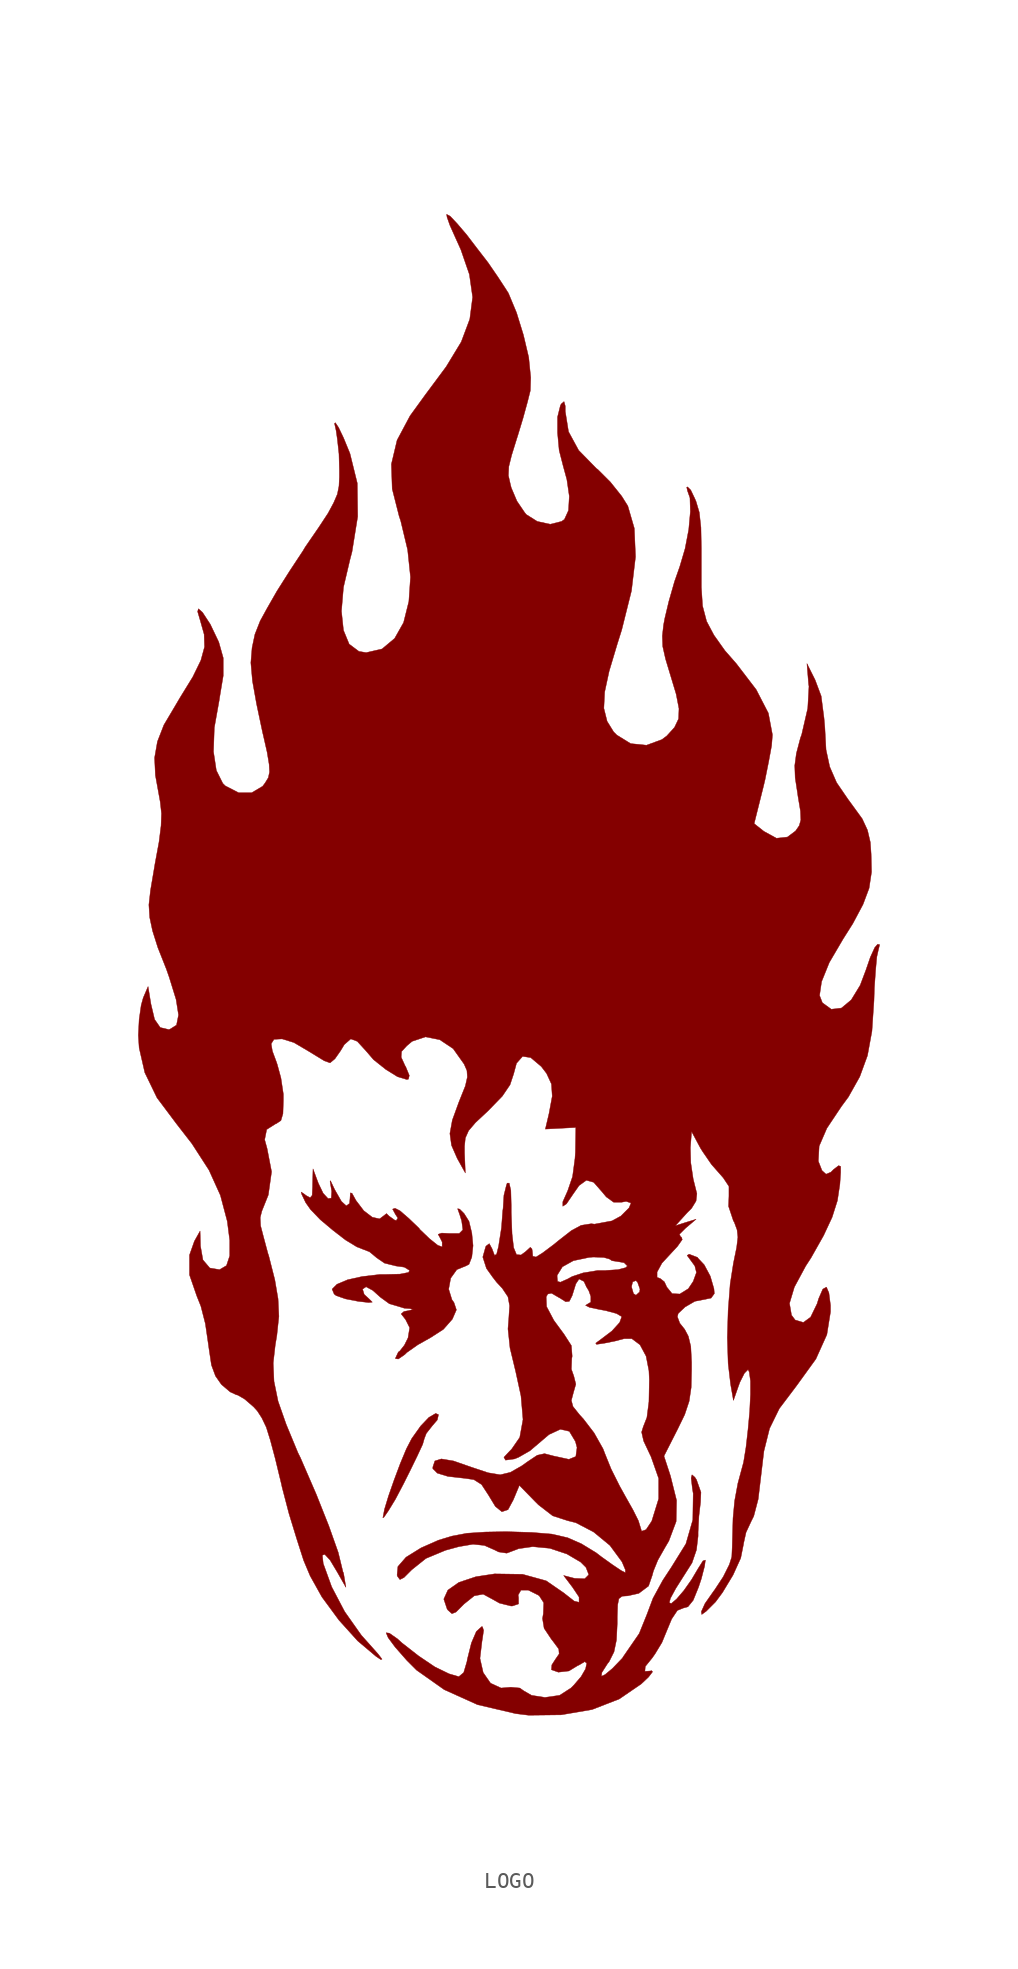
<source format=kicad_sym>
(kicad_symbol_lib
  (version 20211014)
  (generator kicad_symbol_editor)
  (symbol "LOGO"
    (pin_names
      (offset 1.016))
    (property "Reference" "#G"
      (at 0 -46.914 0)
      (effects (font (size 1.524 1.524)) hide))
    (symbol "LOGO_0_0"
      (polyline (pts (xy -7.696 -35.128) (xy -7.417 -34.722) (xy -6.985 -34.011) (xy -6.477 -33.045) (xy -6.071 -32.233) (xy -5.613 -31.293) (xy -5.283 -30.582) (xy -5.182 -30.226) (xy -5.055 -29.896) (xy -4.674 -29.413) (xy -4.369 -29.058) (xy -4.293 -28.727) (xy -4.47 -28.651) (xy -4.902 -28.905) (xy -5.41 -29.439) (xy -5.969 -30.226) (xy -6.299 -30.861) (xy -6.68 -31.775) (xy -7.061 -32.791) (xy -7.417 -33.807) (xy -7.671 -34.646) (xy -7.772 -35.179) (xy -7.696 -35.128)) (stroke (width 0.025) (type default) (color 0 0 0 0)) (fill (type outline)))
      (polyline (pts (xy -6.401 -24.968) (xy -6.274 -24.841) (xy -5.588 -24.359) (xy -4.775 -23.901) (xy -3.988 -23.393) (xy -3.429 -22.758) (xy -3.175 -22.174) (xy -3.327 -21.717) (xy -3.454 -21.539) (xy -3.658 -20.879) (xy -3.531 -20.193) (xy -3.15 -19.66) (xy -2.591 -19.431) (xy -2.388 -19.329) (xy -2.21 -18.872) (xy -2.134 -18.161) (xy -2.21 -17.374) (xy -2.388 -16.637) (xy -2.692 -16.154) (xy -2.972 -15.875) (xy -3.099 -15.85) (xy -2.972 -16.205) (xy -2.845 -16.612) (xy -2.769 -17.17) (xy -2.997 -17.399) (xy -3.607 -17.399) (xy -4.089 -17.374) (xy -4.318 -17.45) (xy -4.191 -17.678) (xy -4.064 -17.932) (xy -4.064 -18.237) (xy -4.343 -18.136) (xy -4.851 -17.729) (xy -5.486 -17.12) (xy -5.486 -17.094) (xy -6.147 -16.459) (xy -6.706 -15.977) (xy -7.01 -15.824) (xy -7.163 -15.875) (xy -6.985 -16.205) (xy -6.833 -16.434) (xy -6.934 -16.586) (xy -7.036 -16.561) (xy -7.391 -16.307) (xy -7.544 -16.154) (xy -7.772 -16.332) (xy -7.976 -16.485) (xy -8.433 -16.383) (xy -8.966 -15.977) (xy -9.449 -15.342) (xy -9.703 -14.884) (xy -9.804 -14.859) (xy -9.83 -15.24) (xy -9.855 -15.519) (xy -10.058 -15.672) (xy -10.363 -15.392) (xy -10.77 -14.681) (xy -10.846 -14.529) (xy -11.049 -14.097) (xy -11.074 -14.148) (xy -10.973 -14.757) (xy -10.998 -15.189) (xy -11.201 -15.215) (xy -11.506 -14.884) (xy -11.811 -14.249) (xy -12.141 -13.36) (xy -12.167 -14.351) (xy -12.167 -14.453) (xy -12.192 -15.011) (xy -12.319 -15.164) (xy -12.598 -15.011) (xy -12.649 -14.961) (xy -12.878 -14.808) (xy -12.852 -14.935) (xy -12.598 -15.469) (xy -12.294 -15.9) (xy -11.684 -16.535) (xy -10.897 -17.196) (xy -10.109 -17.805) (xy -9.398 -18.237) (xy -8.941 -18.415) (xy -8.611 -18.542) (xy -8.153 -18.923) (xy -7.671 -19.253) (xy -6.96 -19.431) (xy -6.426 -19.507) (xy -6.096 -19.71) (xy -6.172 -19.837) (xy -6.706 -19.939) (xy -7.696 -19.964) (xy -7.976 -19.964) (xy -9.068 -20.091) (xy -9.982 -20.295) (xy -10.643 -20.574) (xy -10.947 -20.879) (xy -10.82 -21.184) (xy -10.693 -21.285) (xy -10.109 -21.488) (xy -9.322 -21.641) (xy -8.661 -21.717) (xy -8.433 -21.692) (xy -8.611 -21.514) (xy -8.941 -21.209) (xy -9.042 -20.879) (xy -8.814 -20.726) (xy -8.788 -20.752) (xy -8.407 -20.955) (xy -7.925 -21.387) (xy -7.366 -21.793) (xy -6.426 -22.073) (xy -6.071 -22.098) (xy -5.867 -22.149) (xy -6.172 -22.225) (xy -6.452 -22.276) (xy -6.629 -22.428) (xy -6.35 -22.784) (xy -6.096 -23.292) (xy -6.198 -23.927) (xy -6.426 -24.384) (xy -6.706 -24.74) (xy -6.807 -24.816) (xy -6.985 -25.197) (xy -6.985 -25.222) (xy -6.807 -25.248) (xy -6.401 -24.968)) (stroke (width 0.025) (type default) (color 0 0 0 0)) (fill (type outline)))
      (polyline (pts (xy 14.478 -26.899) (xy 14.554 -26.695) (xy 14.834 -26.137) (xy 15.062 -25.908) (xy 15.138 -26.06) (xy 15.215 -26.619) (xy 15.215 -27.457) (xy 15.164 -28.524) (xy 15.062 -29.642) (xy 14.935 -30.759) (xy 14.783 -31.699) (xy 14.427 -33.02) (xy 14.224 -34.112) (xy 14.122 -35.204) (xy 14.097 -36.093) (xy 14.072 -37.008) (xy 14.046 -37.617) (xy 13.894 -38.1) (xy 13.513 -38.862) (xy 12.979 -39.675) (xy 12.903 -39.776) (xy 12.37 -40.538) (xy 12.141 -41.046) (xy 12.167 -41.224) (xy 12.446 -41.021) (xy 13.03 -40.437) (xy 13.462 -39.853) (xy 14.122 -38.76) (xy 14.605 -37.694) (xy 14.783 -36.805) (xy 14.783 -36.779) (xy 14.935 -36.093) (xy 15.265 -35.382) (xy 15.418 -35.077) (xy 15.697 -34.011) (xy 16.053 -31.013) (xy 16.408 -29.591) (xy 17.018 -28.346) (xy 17.958 -27.102) (xy 18.11 -26.899) (xy 19.304 -25.248) (xy 19.99 -23.724) (xy 20.218 -22.301) (xy 20.218 -21.895) (xy 20.117 -21.107) (xy 19.964 -20.752) (xy 19.736 -20.879) (xy 19.482 -21.463) (xy 19.38 -21.793) (xy 18.974 -22.631) (xy 18.517 -22.962) (xy 18.009 -22.809) (xy 17.78 -22.504) (xy 17.653 -21.768) (xy 17.958 -20.752) (xy 18.669 -19.431) (xy 18.999 -18.923) (xy 19.787 -17.526) (xy 20.32 -16.383) (xy 20.65 -15.342) (xy 20.803 -14.326) (xy 20.853 -13.589) (xy 20.853 -13.208) (xy 20.726 -13.157) (xy 20.422 -13.386) (xy 20.244 -13.564) (xy 19.939 -13.691) (xy 19.685 -13.462) (xy 19.456 -12.878) (xy 19.507 -11.938) (xy 19.99 -10.82) (xy 20.904 -9.449) (xy 21.336 -8.865) (xy 22.047 -7.595) (xy 22.53 -6.274) (xy 22.809 -4.75) (xy 22.936 -2.845) (xy 22.962 -2.032) (xy 23.038 -0.94) (xy 23.114 -0.102) (xy 23.216 0.356) (xy 23.292 0.66) (xy 23.165 0.686) (xy 22.987 0.483) (xy 22.708 -0.127) (xy 22.428 -0.94) (xy 22.073 -1.88) (xy 21.514 -2.794) (xy 20.904 -3.302) (xy 20.269 -3.378) (xy 19.71 -2.972) (xy 19.533 -2.515) (xy 19.66 -1.651) (xy 20.142 -0.457) (xy 21.006 1.016) (xy 21.615 1.981) (xy 22.25 3.175) (xy 22.631 4.191) (xy 22.784 5.207) (xy 22.758 6.325) (xy 22.708 7.061) (xy 22.53 7.823) (xy 22.2 8.534) (xy 21.59 9.373) (xy 21.311 9.754) (xy 20.599 10.795) (xy 20.168 11.786) (xy 19.939 12.852) (xy 19.863 14.249) (xy 19.812 14.834) (xy 19.634 16.205) (xy 19.253 17.221) (xy 18.745 18.237) (xy 18.847 16.967) (xy 18.872 16.815) (xy 18.796 15.443) (xy 18.415 13.792) (xy 18.339 13.589) (xy 18.085 12.624) (xy 17.983 11.862) (xy 18.009 11.1) (xy 18.161 10.109) (xy 18.186 9.931) (xy 18.339 9.017) (xy 18.364 8.458) (xy 18.263 8.103) (xy 18.034 7.772) (xy 17.526 7.391) (xy 16.84 7.315) (xy 16.053 7.747) (xy 15.443 8.23) (xy 16.027 10.566) (xy 16.129 10.998) (xy 16.358 12.141) (xy 16.535 13.106) (xy 16.586 13.767) (xy 16.586 13.792) (xy 16.332 15.138) (xy 15.57 16.612) (xy 14.326 18.237) (xy 13.614 19.05) (xy 12.929 20.015) (xy 12.471 20.879) (xy 12.217 21.844) (xy 12.141 23.012) (xy 12.141 25.451) (xy 12.116 26.746) (xy 12.014 27.686) (xy 11.811 28.372) (xy 11.735 28.55) (xy 11.481 29.083) (xy 11.278 29.286) (xy 11.227 29.261) (xy 11.278 29.032) (xy 11.43 28.6) (xy 11.455 27.737) (xy 11.354 26.619) (xy 11.125 25.425) (xy 10.795 24.308) (xy 10.465 23.368) (xy 10.109 22.123) (xy 9.855 21.057) (xy 9.779 20.65) (xy 9.703 19.964) (xy 9.728 19.304) (xy 9.906 18.517) (xy 10.566 16.332) (xy 10.744 15.418) (xy 10.719 14.783) (xy 10.465 14.249) (xy 9.982 13.716) (xy 9.677 13.487) (xy 8.712 13.132) (xy 7.722 13.233) (xy 6.858 13.767) (xy 6.655 13.97) (xy 6.248 14.63) (xy 6.045 15.443) (xy 6.096 16.459) (xy 6.375 17.755) (xy 6.883 19.456) (xy 7.163 20.345) (xy 7.772 22.784) (xy 8.026 24.917) (xy 7.95 26.695) (xy 7.544 28.092) (xy 7.163 28.702) (xy 6.452 29.591) (xy 5.664 30.378) (xy 5.588 30.429) (xy 4.47 31.572) (xy 3.835 32.741) (xy 3.632 34.011) (xy 3.632 34.341) (xy 3.556 34.62) (xy 3.378 34.468) (xy 3.327 34.366) (xy 3.15 33.655) (xy 3.15 32.664) (xy 3.251 31.572) (xy 3.505 30.582) (xy 3.734 29.743) (xy 3.886 28.702) (xy 3.835 27.813) (xy 3.581 27.254) (xy 3.404 27.127) (xy 2.692 26.949) (xy 1.88 27.127) (xy 1.194 27.559) (xy 1.092 27.686) (xy 0.61 28.397) (xy 0.254 29.235) (xy 0.203 29.439) (xy 0.076 29.997) (xy 0.102 30.556) (xy 0.279 31.267) (xy 0.61 32.334) (xy 0.66 32.487) (xy 0.991 33.579) (xy 1.27 34.595) (xy 1.448 35.306) (xy 1.473 36.119) (xy 1.346 37.389) (xy 1.016 38.786) (xy 0.584 40.183) (xy 0.076 41.402) (xy -0.102 41.681) (xy -0.584 42.418) (xy -1.194 43.307) (xy -1.88 44.196) (xy -2.54 45.06) (xy -3.124 45.745) (xy -3.556 46.203) (xy -3.785 46.33) (xy -3.759 46.152) (xy -3.581 45.644) (xy -3.251 44.907) (xy -2.896 44.12) (xy -2.362 42.57) (xy -2.159 41.148) (xy -2.337 39.776) (xy -2.87 38.354) (xy -3.81 36.805) (xy -5.131 35.027) (xy -6.071 33.731) (xy -6.883 32.207) (xy -7.239 30.709) (xy -7.188 29.159) (xy -6.756 27.457) (xy -6.655 27.153) (xy -6.223 25.349) (xy -6.045 23.647) (xy -6.147 22.123) (xy -6.477 20.803) (xy -7.036 19.812) (xy -7.823 19.152) (xy -8.814 18.923) (xy -9.271 18.999) (xy -9.881 19.456) (xy -10.236 20.32) (xy -10.363 21.514) (xy -10.236 23.012) (xy -9.83 24.74) (xy -9.703 25.222) (xy -9.347 27.432) (xy -9.373 29.515) (xy -9.83 31.369) (xy -9.881 31.496) (xy -10.236 32.36) (xy -10.541 32.995) (xy -10.744 33.299) (xy -10.795 33.249) (xy -10.693 32.791) (xy -10.617 32.258) (xy -10.516 31.344) (xy -10.49 30.328) (xy -10.49 29.896) (xy -10.516 29.337) (xy -10.617 28.829) (xy -10.846 28.296) (xy -11.201 27.635) (xy -11.786 26.746) (xy -12.624 25.527) (xy -12.776 25.273) (xy -13.614 24.003) (xy -14.402 22.758) (xy -15.011 21.692) (xy -15.443 20.904) (xy -15.773 20.066) (xy -15.951 19.228) (xy -16.027 18.288) (xy -15.926 17.145) (xy -15.672 15.723) (xy -15.291 13.919) (xy -15.265 13.818) (xy -15.011 12.7) (xy -14.884 11.938) (xy -14.859 11.455) (xy -14.935 11.1) (xy -15.138 10.77) (xy -15.291 10.566) (xy -15.977 10.16) (xy -16.789 10.16) (xy -17.628 10.592) (xy -17.78 10.744) (xy -18.186 11.557) (xy -18.364 12.725) (xy -18.313 14.224) (xy -18.009 15.926) (xy -17.983 16.104) (xy -17.755 17.475) (xy -17.755 18.593) (xy -18.034 19.583) (xy -18.567 20.701) (xy -18.618 20.777) (xy -19.05 21.438) (xy -19.304 21.666) (xy -19.355 21.488) (xy -19.177 20.879) (xy -18.948 20.066) (xy -18.923 19.279) (xy -19.152 18.44) (xy -19.66 17.399) (xy -20.472 16.078) (xy -20.726 15.646) (xy -21.463 14.402) (xy -21.869 13.36) (xy -22.047 12.344) (xy -21.996 11.252) (xy -21.692 9.576) (xy -21.615 8.865) (xy -21.641 8.103) (xy -21.768 7.087) (xy -22.022 5.715) (xy -22.098 5.258) (xy -22.301 4.064) (xy -22.403 3.15) (xy -22.352 2.362) (xy -22.174 1.524) (xy -21.844 0.483) (xy -21.311 -0.864) (xy -21.133 -1.372) (xy -20.701 -2.769) (xy -20.549 -3.734) (xy -20.676 -4.369) (xy -21.082 -4.623) (xy -21.158 -4.648) (xy -21.692 -4.521) (xy -22.047 -4.013) (xy -22.276 -3.048) (xy -22.454 -1.956) (xy -22.758 -2.667) (xy -22.885 -3.124) (xy -23.012 -4.013) (xy -23.063 -5.004) (xy -23.012 -5.791) (xy -22.657 -7.341) (xy -21.895 -8.915) (xy -20.676 -10.541) (xy -19.71 -11.786) (xy -18.644 -13.437) (xy -17.932 -15.011) (xy -17.501 -16.637) (xy -17.348 -17.831) (xy -17.348 -18.796) (xy -17.551 -19.406) (xy -17.983 -19.66) (xy -18.593 -19.558) (xy -19.025 -19.05) (xy -19.177 -18.186) (xy -19.202 -17.247) (xy -19.558 -17.882) (xy -19.863 -18.745) (xy -19.863 -19.99) (xy -19.406 -21.311) (xy -19.152 -21.946) (xy -18.872 -23.038) (xy -18.694 -24.257) (xy -18.644 -24.613) (xy -18.491 -25.629) (xy -18.237 -26.314) (xy -17.882 -26.822) (xy -17.831 -26.873) (xy -17.323 -27.305) (xy -16.942 -27.483) (xy -16.84 -27.508) (xy -16.408 -27.762) (xy -15.85 -28.245) (xy -15.621 -28.499) (xy -15.342 -28.931) (xy -15.062 -29.515) (xy -14.808 -30.328) (xy -14.503 -31.471) (xy -14.122 -33.045) (xy -14.072 -33.274) (xy -13.64 -34.925) (xy -13.157 -36.5) (xy -12.725 -37.846) (xy -12.319 -38.811) (xy -11.582 -40.132) (xy -10.516 -41.58) (xy -9.347 -42.875) (xy -8.204 -43.84) (xy -7.899 -44.044) (xy -7.823 -44.018) (xy -8.077 -43.688) (xy -8.687 -43.002) (xy -9.119 -42.52) (xy -10.16 -41.046) (xy -10.973 -39.497) (xy -11.506 -38.024) (xy -11.506 -37.998) (xy -11.557 -37.516) (xy -11.405 -37.465) (xy -11.074 -37.821) (xy -10.617 -38.583) (xy -10.084 -39.522) (xy -10.236 -38.608) (xy -10.262 -38.583) (xy -10.566 -37.338) (xy -11.151 -35.687) (xy -11.938 -33.706) (xy -12.929 -31.42) (xy -13.081 -31.115) (xy -13.818 -29.337) (xy -14.326 -27.889) (xy -14.58 -26.645) (xy -14.63 -25.502) (xy -14.503 -24.384) (xy -14.402 -23.774) (xy -14.275 -22.581) (xy -14.326 -21.488) (xy -14.529 -20.295) (xy -14.91 -18.796) (xy -14.961 -18.644) (xy -15.24 -17.602) (xy -15.418 -16.916) (xy -15.443 -16.408) (xy -15.342 -16.002) (xy -14.935 -14.986) (xy -14.732 -13.538) (xy -15.011 -12.09) (xy -15.164 -11.532) (xy -15.037 -10.897) (xy -14.478 -10.541) (xy -14.453 -10.541) (xy -14.148 -10.338) (xy -14.021 -9.906) (xy -13.995 -9.093) (xy -13.995 -8.687) (xy -14.148 -7.671) (xy -14.376 -6.833) (xy -14.427 -6.68) (xy -14.681 -5.994) (xy -14.757 -5.537) (xy -14.58 -5.258) (xy -14.072 -5.232) (xy -13.335 -5.461) (xy -12.471 -5.969) (xy -12.014 -6.248) (xy -11.43 -6.604) (xy -11.074 -6.731) (xy -10.77 -6.477) (xy -10.414 -5.969) (xy -10.185 -5.588) (xy -9.779 -5.232) (xy -9.373 -5.385) (xy -8.839 -5.969) (xy -8.357 -6.528) (xy -7.595 -7.137) (xy -6.858 -7.595) (xy -6.274 -7.772) (xy -6.172 -7.747) (xy -6.121 -7.518) (xy -6.35 -6.96) (xy -6.375 -6.934) (xy -6.629 -6.375) (xy -6.604 -6.02) (xy -6.274 -5.664) (xy -5.944 -5.385) (xy -5.105 -5.105) (xy -4.216 -5.283) (xy -3.378 -5.842) (xy -2.692 -6.807) (xy -2.515 -7.214) (xy -2.489 -7.62) (xy -2.616 -8.179) (xy -3.023 -9.195) (xy -3.429 -10.312) (xy -3.581 -11.151) (xy -3.48 -11.887) (xy -3.124 -12.7) (xy -2.616 -13.614) (xy -2.667 -12.37) (xy -2.667 -11.938) (xy -2.616 -11.43) (xy -2.413 -10.973) (xy -1.981 -10.465) (xy -1.245 -9.779) (xy -1.118 -9.652) (xy -0.305 -8.814) (xy 0.178 -8.103) (xy 0.406 -7.417) (xy 0.584 -6.756) (xy 0.965 -6.325) (xy 1.473 -6.401) (xy 2.134 -6.96) (xy 2.464 -7.391) (xy 2.769 -8.052) (xy 2.819 -8.814) (xy 2.616 -9.906) (xy 2.388 -10.871) (xy 3.353 -10.82) (xy 4.293 -10.77) (xy 4.267 -12.319) (xy 4.242 -12.7) (xy 4.089 -13.843) (xy 3.785 -14.732) (xy 3.48 -15.418) (xy 3.48 -15.697) (xy 3.708 -15.545) (xy 4.14 -14.91) (xy 4.496 -14.402) (xy 4.953 -14.072) (xy 5.41 -14.199) (xy 5.944 -14.808) (xy 6.198 -15.113) (xy 6.655 -15.443) (xy 7.163 -15.443) (xy 7.442 -15.392) (xy 7.747 -15.494) (xy 7.62 -15.799) (xy 7.112 -16.307) (xy 6.553 -16.612) (xy 5.461 -16.815) (xy 5.258 -16.789) (xy 4.623 -16.891) (xy 4.013 -17.221) (xy 3.2 -17.856) (xy 2.921 -18.085) (xy 2.21 -18.618) (xy 1.803 -18.872) (xy 1.6 -18.821) (xy 1.575 -18.517) (xy 1.549 -18.364) (xy 1.448 -18.263) (xy 1.143 -18.542) (xy 0.864 -18.745) (xy 0.584 -18.72) (xy 0.406 -18.288) (xy 0.305 -17.424) (xy 0.254 -16.078) (xy 0.254 -15.646) (xy 0.229 -14.707) (xy 0.127 -14.249) (xy 0 -14.249) (xy -0.051 -14.402) (xy -0.203 -15.011) (xy -0.254 -15.824) (xy -0.279 -16.002) (xy -0.356 -17.043) (xy -0.508 -18.009) (xy -0.533 -18.186) (xy -0.66 -18.694) (xy -0.787 -18.771) (xy -0.914 -18.44) (xy -0.94 -18.364) (xy -1.118 -18.034) (xy -1.321 -18.186) (xy -1.346 -18.237) (xy -1.524 -18.872) (xy -1.295 -19.583) (xy -0.914 -20.117) (xy 3.124 -20.117) (xy 3.124 -20.015) (xy 3.454 -19.482) (xy 4.14 -19.101) (xy 5.105 -18.898) (xy 5.385 -18.872) (xy 6.045 -18.898) (xy 6.401 -18.999) (xy 6.553 -19.101) (xy 7.036 -19.177) (xy 7.315 -19.228) (xy 7.518 -19.431) (xy 7.417 -19.533) (xy 6.934 -19.66) (xy 6.172 -19.71) (xy 5.69 -19.71) (xy 4.75 -19.863) (xy 4.064 -20.091) (xy 3.785 -20.244) (xy 3.327 -20.447) (xy 3.15 -20.396) (xy 3.124 -20.117) (xy -0.914 -20.117) (xy -0.66 -20.447) (xy -0.305 -20.828) (xy 0.051 -21.361) (xy 2.438 -21.361) (xy 2.54 -21.184) (xy 2.769 -21.133) (xy 3.251 -21.412) (xy 3.302 -21.438) (xy 3.658 -21.666) (xy 3.886 -21.641) (xy 4.064 -21.285) (xy 4.293 -20.549) (xy 4.496 -20.244) (xy 4.801 -20.396) (xy 4.953 -20.726) (xy 7.772 -20.726) (xy 7.849 -20.422) (xy 8.052 -20.345) (xy 8.153 -20.447) (xy 8.306 -20.879) (xy 8.28 -21.057) (xy 8.052 -21.26) (xy 7.899 -21.158) (xy 7.772 -20.726) (xy 4.953 -20.726) (xy 5.105 -20.98) (xy 5.232 -21.336) (xy 5.232 -21.692) (xy 4.978 -21.844) (xy 4.902 -21.895) (xy 5.156 -22.022) (xy 5.766 -22.149) (xy 6.172 -22.225) (xy 6.833 -22.403) (xy 7.137 -22.581) (xy 7.163 -22.606) (xy 7.036 -22.962) (xy 6.553 -23.495) (xy 5.817 -24.054) (xy 5.537 -24.257) (xy 5.588 -24.333) (xy 6.096 -24.257) (xy 6.731 -24.13) (xy 7.315 -23.978) (xy 7.798 -23.978) (xy 8.306 -24.359) (xy 8.687 -25.07) (xy 8.865 -25.984) (xy 8.89 -26.543) (xy 8.865 -27.915) (xy 8.738 -28.905) (xy 8.509 -29.489) (xy 8.407 -29.82) (xy 8.534 -30.378) (xy 8.941 -31.242) (xy 8.992 -31.344) (xy 9.474 -32.715) (xy 9.474 -33.985) (xy 9.042 -35.382) (xy 8.687 -35.916) (xy 8.407 -36.017) (xy 8.204 -35.357) (xy 7.874 -34.696) (xy 7.417 -33.884) (xy 7.036 -33.198) (xy 6.502 -32.131) (xy 6.121 -31.191) (xy 5.994 -30.861) (xy 5.436 -29.87) (xy 4.775 -29.007) (xy 4.521 -28.727) (xy 4.115 -28.219) (xy 4.013 -27.838) (xy 4.14 -27.356) (xy 4.293 -26.822) (xy 4.166 -26.314) (xy 4.013 -25.883) (xy 4.039 -25.222) (xy 4.064 -25.07) (xy 4.013 -24.409) (xy 3.556 -23.698) (xy 2.921 -22.835) (xy 2.464 -21.971) (xy 2.438 -21.361) (xy 0.051 -21.361) (xy 0.152 -21.92) (xy 0.102 -22.708) (xy 0.051 -23.368) (xy 0.178 -24.562) (xy 0.533 -26.035) (xy 0.864 -27.559) (xy 0.991 -29.032) (xy 0.787 -30.15) (xy 0.279 -30.886) (xy 0.152 -31.013) (xy -0.203 -31.394) (xy -0.102 -31.572) (xy 0.457 -31.496) (xy 0.711 -31.394) (xy 1.422 -30.988) (xy 2.108 -30.404) (xy 2.616 -29.972) (xy 3.327 -29.642) (xy 3.886 -29.769) (xy 4.267 -30.404) (xy 4.369 -30.785) (xy 4.293 -31.344) (xy 3.861 -31.521) (xy 3.048 -31.344) (xy 2.921 -31.318) (xy 2.337 -31.166) (xy 1.88 -31.267) (xy 1.27 -31.674) (xy 0.914 -31.928) (xy 0.203 -32.334) (xy -0.432 -32.487) (xy -1.194 -32.36) (xy -2.261 -32.004) (xy -3.353 -31.623) (xy -4.115 -31.496) (xy -4.521 -31.623) (xy -4.648 -32.004) (xy -4.648 -32.106) (xy -4.369 -32.385) (xy -3.708 -32.588) (xy -2.591 -32.715) (xy -2.083 -32.791) (xy -1.6 -33.096) (xy -1.168 -33.757) (xy -0.737 -34.468) (xy -0.33 -34.798) (xy 0.051 -34.671) (xy 0.381 -34.061) (xy 0.762 -33.147) (xy 1.753 -34.163) (xy 1.956 -34.366) (xy 2.845 -35.052) (xy 3.785 -35.357) (xy 4.293 -35.484) (xy 5.41 -36.068) (xy 6.426 -36.906) (xy 7.137 -37.871) (xy 7.188 -37.948) (xy 7.391 -38.43) (xy 7.391 -38.608) (xy 7.137 -38.481) (xy 6.604 -38.125) (xy 5.893 -37.617) (xy 5.563 -37.363) (xy 4.648 -36.805) (xy 3.785 -36.424) (xy 2.794 -36.195) (xy 1.549 -36.093) (xy -0.076 -36.043) (xy -1.372 -36.068) (xy -2.515 -36.144) (xy -3.454 -36.322) (xy -4.293 -36.576) (xy -5.385 -37.059) (xy -6.325 -37.643) (xy -6.833 -38.227) (xy -6.883 -38.76) (xy -6.858 -38.837) (xy -6.706 -39.04) (xy -6.452 -38.913) (xy -5.969 -38.43) (xy -5.08 -37.719) (xy -3.861 -37.211) (xy -3.023 -36.982) (xy -2.134 -36.83) (xy -1.422 -36.906) (xy -0.787 -37.186) (xy -0.533 -37.313) (xy -0.025 -37.389) (xy 0.584 -37.16) (xy 0.711 -37.109) (xy 1.6 -36.982) (xy 2.667 -37.084) (xy 3.734 -37.44) (xy 4.597 -37.948) (xy 4.928 -38.278) (xy 5.105 -38.735) (xy 4.851 -38.989) (xy 4.216 -38.964) (xy 3.531 -38.786) (xy 4.089 -39.522) (xy 4.496 -40.132) (xy 4.496 -40.462) (xy 4.191 -40.386) (xy 3.607 -39.929) (xy 3.581 -39.903) (xy 2.438 -39.116) (xy 0.965 -38.71) (xy -0.787 -38.684) (xy -1.956 -38.862) (xy -3.023 -39.218) (xy -3.708 -39.7) (xy -3.962 -40.259) (xy -3.759 -40.869) (xy -3.708 -40.945) (xy -3.454 -41.173) (xy -3.2 -41.072) (xy -2.692 -40.564) (xy -2.057 -40.056) (xy -1.499 -39.954) (xy -0.889 -40.284) (xy -0.483 -40.513) (xy 0.229 -40.691) (xy 0.33 -40.691) (xy 0.711 -40.564) (xy 0.711 -40.183) (xy 0.686 -40.005) (xy 0.864 -39.7) (xy 1.321 -39.7) (xy 1.93 -40.005) (xy 2.007 -40.056) (xy 2.286 -40.488) (xy 2.261 -41.173) (xy 2.21 -41.478) (xy 2.311 -42.088) (xy 2.769 -42.774) (xy 2.87 -42.901) (xy 3.226 -43.383) (xy 3.251 -43.688) (xy 3.023 -44.018) (xy 2.794 -44.374) (xy 2.769 -44.679) (xy 3.2 -44.831) (xy 3.861 -44.755) (xy 4.445 -44.399) (xy 4.47 -44.399) (xy 4.851 -44.171) (xy 4.978 -44.272) (xy 4.902 -44.628) (xy 4.623 -45.11) (xy 4.166 -45.644) (xy 3.988 -45.822) (xy 3.277 -46.279) (xy 2.388 -46.406) (xy 2.337 -46.406) (xy 1.524 -46.279) (xy 1.041 -45.999) (xy 0.787 -45.822) (xy 0.229 -45.771) (xy -0.381 -45.822) (xy -1.041 -45.517) (xy -1.499 -44.856) (xy -1.702 -43.967) (xy -1.575 -42.901) (xy -1.549 -42.748) (xy -1.473 -42.215) (xy -1.549 -41.986) (xy -1.6 -41.986) (xy -1.93 -42.291) (xy -2.235 -43.002) (xy -2.489 -44.018) (xy -2.515 -44.171) (xy -2.718 -44.856) (xy -3.023 -45.11) (xy -3.632 -44.933) (xy -4.521 -44.501) (xy -5.537 -43.815) (xy -6.579 -43.002) (xy -6.858 -42.748) (xy -7.366 -42.393) (xy -7.569 -42.367) (xy -7.442 -42.672) (xy -7.01 -43.256) (xy -6.274 -44.094) (xy -5.664 -44.704) (xy -3.937 -45.923) (xy -1.854 -46.863) (xy 0.533 -47.422) (xy 1.346 -47.523) (xy 3.378 -47.498) (xy 5.309 -47.168) (xy 7.01 -46.507) (xy 8.382 -45.568) (xy 8.839 -45.136) (xy 9.093 -44.806) (xy 9.017 -44.729) (xy 8.966 -44.755) (xy 8.611 -44.78) (xy 8.636 -44.475) (xy 9.068 -43.942) (xy 9.246 -43.688) (xy 9.677 -42.977) (xy 10.033 -42.113) (xy 10.287 -41.504) (xy 10.643 -40.97) (xy 11.024 -40.818) (xy 11.303 -40.742) (xy 11.633 -40.335) (xy 11.963 -39.522) (xy 12.141 -38.989) (xy 12.344 -38.202) (xy 12.395 -37.821) (xy 12.243 -37.871) (xy 11.938 -38.354) (xy 11.532 -39.04) (xy 11.049 -39.726) (xy 10.592 -40.259) (xy 10.262 -40.538) (xy 10.135 -40.488) (xy 10.211 -40.208) (xy 10.541 -39.599) (xy 11.024 -38.837) (xy 11.557 -37.998) (xy 11.836 -37.186) (xy 11.938 -36.322) (xy 11.938 -36.068) (xy 11.989 -35.077) (xy 12.09 -34.214) (xy 12.116 -33.579) (xy 11.836 -32.791) (xy 11.735 -32.639) (xy 11.557 -32.487) (xy 11.506 -32.69) (xy 11.582 -33.35) (xy 11.633 -33.655) (xy 11.608 -35.306) (xy 11.176 -36.805) (xy 10.262 -38.278) (xy 9.728 -39.091) (xy 9.119 -40.208) (xy 8.738 -41.224) (xy 8.255 -42.418) (xy 7.239 -43.891) (xy 7.214 -43.942) (xy 6.579 -44.602) (xy 6.121 -44.983) (xy 5.893 -45.085) (xy 5.918 -44.856) (xy 6.274 -44.298) (xy 6.375 -44.171) (xy 6.68 -43.561) (xy 6.833 -42.824) (xy 6.883 -41.783) (xy 6.883 -41.377) (xy 6.909 -40.615) (xy 6.985 -40.234) (xy 7.188 -40.081) (xy 7.544 -40.056) (xy 8.23 -39.903) (xy 8.839 -39.446) (xy 9.068 -38.786) (xy 9.144 -38.506) (xy 9.423 -37.821) (xy 9.855 -37.059) (xy 10.109 -36.627) (xy 10.566 -35.408) (xy 10.592 -34.087) (xy 10.211 -32.563) (xy 9.804 -31.318) (xy 10.668 -29.616) (xy 11.1 -28.727) (xy 11.379 -27.889) (xy 11.506 -27.026) (xy 11.532 -25.908) (xy 11.532 -25.451) (xy 11.481 -24.46) (xy 11.328 -23.825) (xy 11.1 -23.393) (xy 10.795 -23.012) (xy 10.643 -22.606) (xy 10.693 -22.403) (xy 11.125 -21.996) (xy 11.735 -21.641) (xy 12.751 -21.438) (xy 12.954 -21.158) (xy 12.929 -20.853) (xy 12.7 -20.066) (xy 12.319 -19.355) (xy 11.913 -18.923) (xy 11.913 -18.898) (xy 11.379 -18.694) (xy 11.252 -18.771) (xy 11.532 -19.152) (xy 11.735 -19.431) (xy 11.836 -19.837) (xy 11.633 -20.396) (xy 11.328 -20.853) (xy 10.795 -21.184) (xy 10.312 -21.158) (xy 9.982 -20.752) (xy 9.83 -20.422) (xy 9.576 -20.218) (xy 9.373 -20.142) (xy 9.373 -19.812) (xy 9.677 -19.253) (xy 10.312 -18.567) (xy 10.643 -18.212) (xy 10.947 -17.78) (xy 10.897 -17.628) (xy 10.846 -17.602) (xy 10.77 -17.45) (xy 11.151 -17.069) (xy 11.811 -16.51) (xy 11.151 -16.713) (xy 10.516 -16.916) (xy 11.252 -16.104) (xy 11.532 -15.824) (xy 11.811 -15.367) (xy 11.862 -14.91) (xy 11.633 -13.995) (xy 11.481 -12.979) (xy 11.455 -12.04) (xy 11.532 -11.024) (xy 12.09 -12.065) (xy 12.217 -12.268) (xy 12.776 -13.081) (xy 13.335 -13.716) (xy 13.513 -13.919) (xy 13.868 -14.453) (xy 13.868 -15.062) (xy 13.843 -15.697) (xy 14.148 -16.612) (xy 14.199 -16.688) (xy 14.376 -17.17) (xy 14.427 -17.628) (xy 14.351 -18.263) (xy 14.148 -19.253) (xy 13.945 -20.549) (xy 13.818 -22.2) (xy 13.767 -23.901) (xy 13.818 -25.527) (xy 13.97 -26.822) (xy 14.148 -27.838) (xy 14.478 -26.899)) (stroke (width 0.025) (type default) (color 0 0 0 0)) (fill (type outline))))))
</source>
